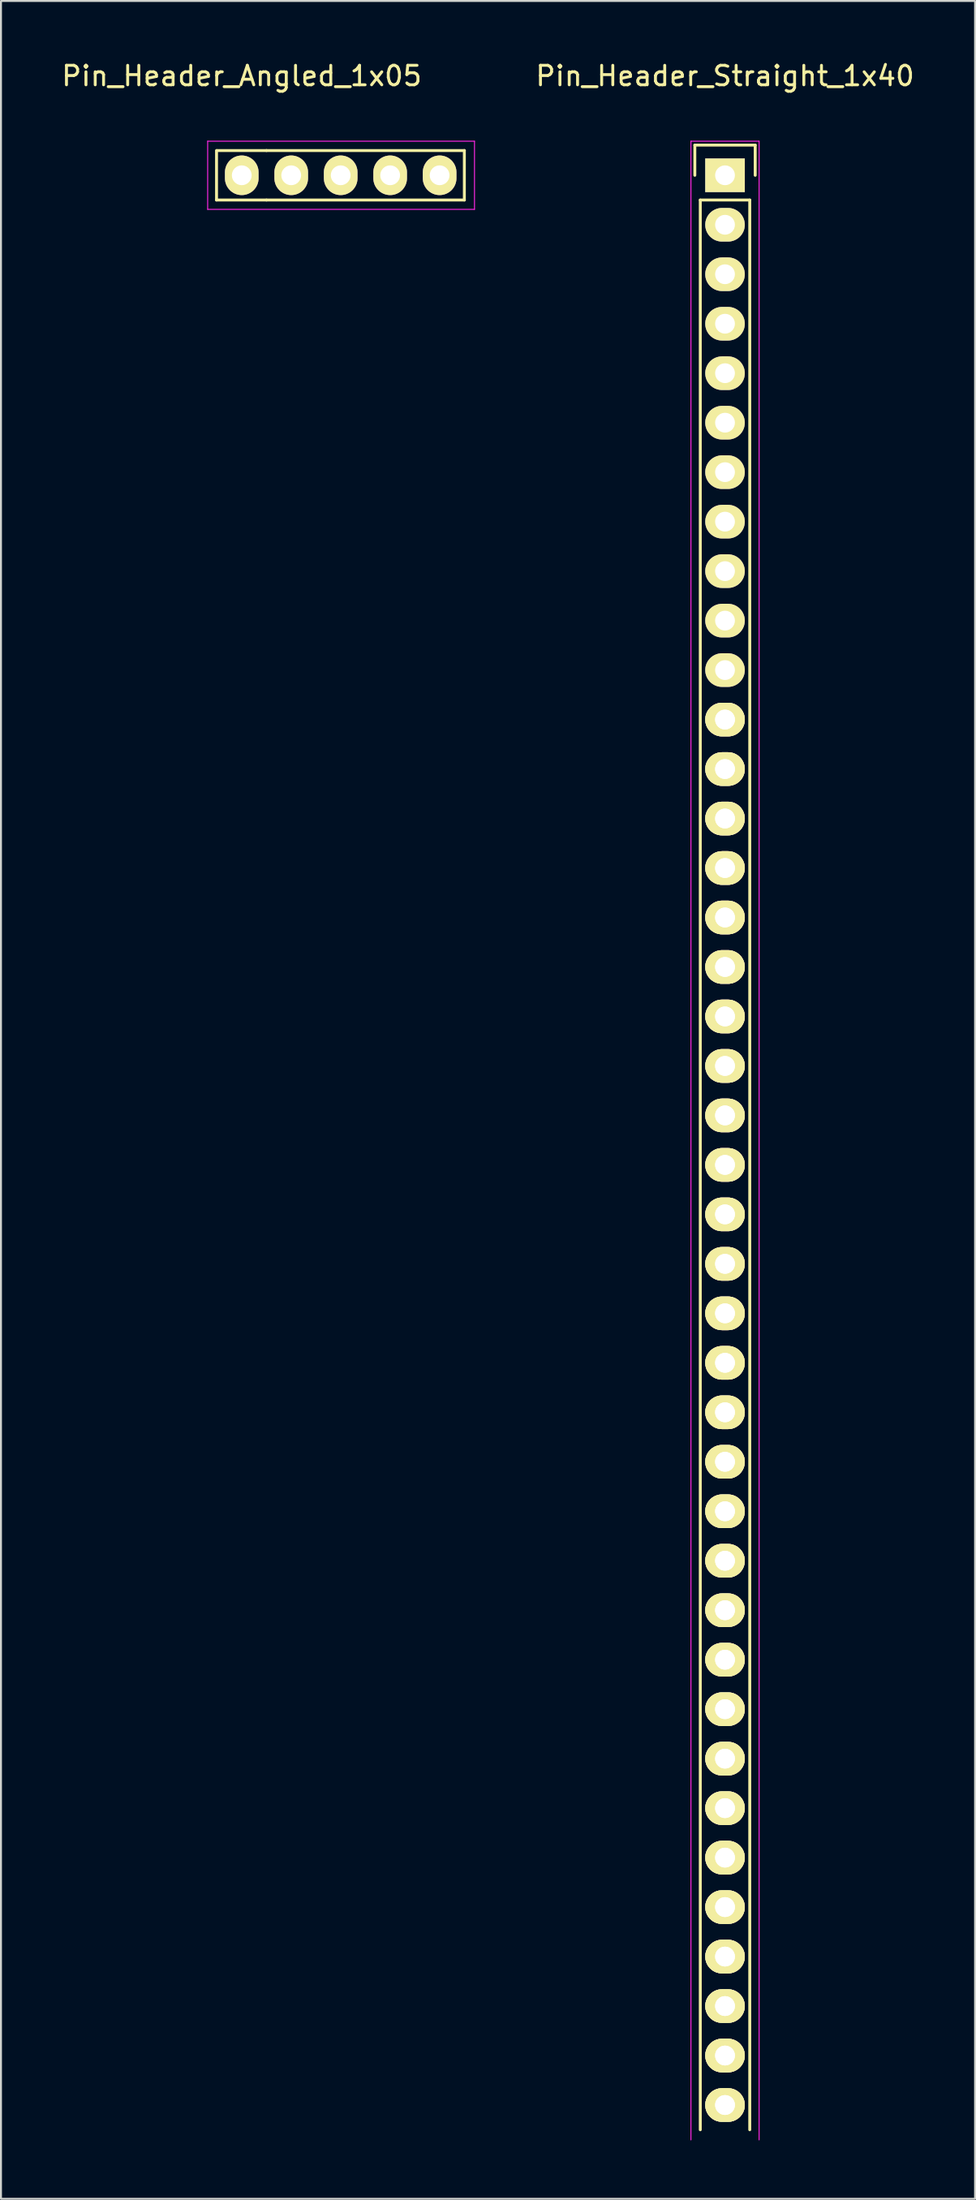
<source format=kicad_pcb>
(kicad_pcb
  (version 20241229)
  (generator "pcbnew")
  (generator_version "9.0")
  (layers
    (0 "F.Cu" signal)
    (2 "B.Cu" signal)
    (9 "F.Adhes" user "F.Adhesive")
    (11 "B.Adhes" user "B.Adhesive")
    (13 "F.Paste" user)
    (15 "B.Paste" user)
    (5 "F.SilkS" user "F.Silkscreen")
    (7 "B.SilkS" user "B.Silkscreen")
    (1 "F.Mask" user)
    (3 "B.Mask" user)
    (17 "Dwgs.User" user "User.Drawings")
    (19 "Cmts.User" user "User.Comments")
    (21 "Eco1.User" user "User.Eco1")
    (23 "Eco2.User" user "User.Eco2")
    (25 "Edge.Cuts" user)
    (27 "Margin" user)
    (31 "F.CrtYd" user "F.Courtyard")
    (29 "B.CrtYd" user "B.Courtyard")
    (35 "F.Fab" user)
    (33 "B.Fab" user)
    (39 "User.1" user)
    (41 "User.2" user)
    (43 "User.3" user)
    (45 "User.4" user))
  (footprint "Pin_Header_Angled_1x05"
    (layer "F.Cu")
    (at 9.363 5.948)
    (property "Reference" "Pin_Header_Angled_1x05" (at 0 -5.1 0) (layer "F.SilkS") (effects (font (size 1 1) (thickness 0.15))))
    (attr through_hole)
    (fp_line (start -1.295 1.27) (end -1.295 -1.27) (stroke (width 0.15) (type solid)) (layer "F.SilkS"))
    (fp_line (start 1.27 -1.27) (end -1.27 -1.27) (stroke (width 0.15) (type solid)) (layer "F.SilkS"))
    (fp_line (start 1.27 1.27) (end -1.295 1.27) (stroke (width 0.15) (type solid)) (layer "F.SilkS"))
    (fp_line (start 1.27 1.27) (end 11.43 1.27) (stroke (width 0.15) (type solid)) (layer "F.SilkS"))
    (fp_line (start 11.43 -1.27) (end 1.27 -1.27) (stroke (width 0.15) (type solid)) (layer "F.SilkS"))
    (fp_line (start 11.43 1.27) (end 11.43 -1.27) (stroke (width 0.15) (type solid)) (layer "F.SilkS"))
    (fp_line (start -1.75 -1.75) (end -1.75 1.75) (stroke (width 0.05) (type solid)) (layer "F.CrtYd"))
    (fp_line (start -1.75 -1.75) (end 11.95 -1.75) (stroke (width 0.05) (type solid)) (layer "F.CrtYd"))
    (fp_line (start -1.75 1.75) (end 11.95 1.75) (stroke (width 0.05) (type solid)) (layer "F.CrtYd"))
    (fp_line (start 11.95 -1.75) (end 11.95 1.75) (stroke (width 0.05) (type solid)) (layer "F.CrtYd"))
    (pad "1" thru_hole oval (at 0 0) (size 1.727 2.032) (drill 1.016) (layers "*.Cu" "*.Mask" "F.SilkS"))
    (pad "2" thru_hole oval (at 2.54 0) (size 1.727 2.032) (drill 1.016) (layers "*.Cu" "*.Mask" "F.SilkS"))
    (pad "3" thru_hole oval (at 5.08 0) (size 1.727 2.032) (drill 1.016) (layers "*.Cu" "*.Mask" "F.SilkS"))
    (pad "4" thru_hole oval (at 7.62 0) (size 1.727 2.032) (drill 1.016) (layers "*.Cu" "*.Mask" "F.SilkS"))
    (pad "5" thru_hole oval (at 10.16 0) (size 1.727 2.032) (drill 1.016) (layers "*.Cu" "*.Mask" "F.SilkS")))
  (footprint "Pin_Header_Straight_1x40"
    (layer "F.Cu")
    (at 34.177 5.948)
    (property "Reference" "Pin_Header_Straight_1x40" (at 0 -5.1 0) (layer "F.SilkS") (effects (font (size 1 1) (thickness 0.15))))
    (attr through_hole)
    (fp_line (start -1.55 -1.55) (end 1.55 -1.55) (stroke (width 0.15) (type solid)) (layer "F.SilkS"))
    (fp_line (start -1.55 0) (end -1.55 -1.55) (stroke (width 0.15) (type solid)) (layer "F.SilkS"))
    (fp_line (start -1.27 1.27) (end -1.27 100.33) (stroke (width 0.15) (type solid)) (layer "F.SilkS"))
    (fp_line (start 1.27 1.27) (end -1.27 1.27) (stroke (width 0.15) (type solid)) (layer "F.SilkS"))
    (fp_line (start 1.27 100.33) (end 1.27 1.27) (stroke (width 0.15) (type solid)) (layer "F.SilkS"))
    (fp_line (start 1.55 -1.55) (end 1.55 0) (stroke (width 0.15) (type solid)) (layer "F.SilkS"))
    (fp_line (start -1.75 -1.75) (end -1.75 100.85) (stroke (width 0.05) (type solid)) (layer "F.CrtYd"))
    (fp_line (start -1.75 -1.75) (end 1.75 -1.75) (stroke (width 0.05) (type solid)) (layer "F.CrtYd"))
    (fp_line (start 1.75 -1.75) (end 1.75 100.85) (stroke (width 0.05) (type solid)) (layer "F.CrtYd"))
    (pad "1" thru_hole rect (at 0 0) (size 2.032 1.727) (drill 1.016) (layers "*.Cu" "*.Mask" "F.SilkS"))
    (pad "2" thru_hole oval (at 0 2.54) (size 2.032 1.727) (drill 1.016) (layers "*.Cu" "*.Mask" "F.SilkS"))
    (pad "3" thru_hole oval (at 0 5.08) (size 2.032 1.727) (drill 1.016) (layers "*.Cu" "*.Mask" "F.SilkS"))
    (pad "4" thru_hole oval (at 0 7.62) (size 2.032 1.727) (drill 1.016) (layers "*.Cu" "*.Mask" "F.SilkS"))
    (pad "5" thru_hole oval (at 0 10.16) (size 2.032 1.727) (drill 1.016) (layers "*.Cu" "*.Mask" "F.SilkS"))
    (pad "6" thru_hole oval (at 0 12.7) (size 2.032 1.727) (drill 1.016) (layers "*.Cu" "*.Mask" "F.SilkS"))
    (pad "7" thru_hole oval (at 0 15.24) (size 2.032 1.727) (drill 1.016) (layers "*.Cu" "*.Mask" "F.SilkS"))
    (pad "8" thru_hole oval (at 0 17.78) (size 2.032 1.727) (drill 1.016) (layers "*.Cu" "*.Mask" "F.SilkS"))
    (pad "9" thru_hole oval (at 0 20.32) (size 2.032 1.727) (drill 1.016) (layers "*.Cu" "*.Mask" "F.SilkS"))
    (pad "10" thru_hole oval (at 0 22.86) (size 2.032 1.727) (drill 1.016) (layers "*.Cu" "*.Mask" "F.SilkS"))
    (pad "11" thru_hole oval (at 0 25.4) (size 2.032 1.727) (drill 1.016) (layers "*.Cu" "*.Mask" "F.SilkS"))
    (pad "12" thru_hole oval (at 0 27.94) (size 2.032 1.727) (drill 1.016) (layers "*.Cu" "*.Mask" "F.SilkS"))
    (pad "12" thru_hole oval (at 0 27.94) (size 2.032 1.727) (drill 1.016) (layers "*.Cu" "*.Mask" "F.SilkS"))
    (pad "13" thru_hole oval (at 0 30.48) (size 2.032 1.727) (drill 1.016) (layers "*.Cu" "*.Mask" "F.SilkS"))
    (pad "13" thru_hole oval (at 0 30.48) (size 2.032 1.727) (drill 1.016) (layers "*.Cu" "*.Mask" "F.SilkS"))
    (pad "14" thru_hole oval (at 0 33.02) (size 2.032 1.727) (drill 1.016) (layers "*.Cu" "*.Mask" "F.SilkS"))
    (pad "14" thru_hole oval (at 0 33.02) (size 2.032 1.727) (drill 1.016) (layers "*.Cu" "*.Mask" "F.SilkS"))
    (pad "15" thru_hole oval (at 0 35.56) (size 2.032 1.727) (drill 1.016) (layers "*.Cu" "*.Mask" "F.SilkS"))
    (pad "15" thru_hole oval (at 0 35.56) (size 2.032 1.727) (drill 1.016) (layers "*.Cu" "*.Mask" "F.SilkS"))
    (pad "16" thru_hole oval (at 0 38.1) (size 2.032 1.727) (drill 1.016) (layers "*.Cu" "*.Mask" "F.SilkS"))
    (pad "16" thru_hole oval (at 0 38.1) (size 2.032 1.727) (drill 1.016) (layers "*.Cu" "*.Mask" "F.SilkS"))
    (pad "17" thru_hole oval (at 0 40.64) (size 2.032 1.727) (drill 1.016) (layers "*.Cu" "*.Mask" "F.SilkS"))
    (pad "17" thru_hole oval (at 0 40.64) (size 2.032 1.727) (drill 1.016) (layers "*.Cu" "*.Mask" "F.SilkS"))
    (pad "18" thru_hole oval (at 0 43.18) (size 2.032 1.727) (drill 1.016) (layers "*.Cu" "*.Mask" "F.SilkS"))
    (pad "18" thru_hole oval (at 0 43.18) (size 2.032 1.727) (drill 1.016) (layers "*.Cu" "*.Mask" "F.SilkS"))
    (pad "19" thru_hole oval (at 0 45.72) (size 2.032 1.727) (drill 1.016) (layers "*.Cu" "*.Mask" "F.SilkS"))
    (pad "19" thru_hole oval (at 0 45.72) (size 2.032 1.727) (drill 1.016) (layers "*.Cu" "*.Mask" "F.SilkS"))
    (pad "20" thru_hole oval (at 0 48.26) (size 2.032 1.727) (drill 1.016) (layers "*.Cu" "*.Mask" "F.SilkS"))
    (pad "20" thru_hole oval (at 0 48.26) (size 2.032 1.727) (drill 1.016) (layers "*.Cu" "*.Mask" "F.SilkS"))
    (pad "21" thru_hole oval (at 0 50.8) (size 2.032 1.727) (drill 1.016) (layers "*.Cu" "*.Mask" "F.SilkS"))
    (pad "21" thru_hole oval (at 0 50.8) (size 2.032 1.727) (drill 1.016) (layers "*.Cu" "*.Mask" "F.SilkS"))
    (pad "22" thru_hole oval (at 0 53.34) (size 2.032 1.727) (drill 1.016) (layers "*.Cu" "*.Mask" "F.SilkS"))
    (pad "22" thru_hole oval (at 0 53.34) (size 2.032 1.727) (drill 1.016) (layers "*.Cu" "*.Mask" "F.SilkS"))
    (pad "23" thru_hole oval (at 0 55.88) (size 2.032 1.727) (drill 1.016) (layers "*.Cu" "*.Mask" "F.SilkS"))
    (pad "23" thru_hole oval (at 0 55.88) (size 2.032 1.727) (drill 1.016) (layers "*.Cu" "*.Mask" "F.SilkS"))
    (pad "24" thru_hole oval (at 0 58.42) (size 2.032 1.727) (drill 1.016) (layers "*.Cu" "*.Mask" "F.SilkS"))
    (pad "24" thru_hole oval (at 0 58.42) (size 2.032 1.727) (drill 1.016) (layers "*.Cu" "*.Mask" "F.SilkS"))
    (pad "25" thru_hole oval (at 0 60.96) (size 2.032 1.727) (drill 1.016) (layers "*.Cu" "*.Mask" "F.SilkS"))
    (pad "25" thru_hole oval (at 0 60.96) (size 2.032 1.727) (drill 1.016) (layers "*.Cu" "*.Mask" "F.SilkS"))
    (pad "26" thru_hole oval (at 0 63.5) (size 2.032 1.727) (drill 1.016) (layers "*.Cu" "*.Mask" "F.SilkS"))
    (pad "26" thru_hole oval (at 0 63.5) (size 2.032 1.727) (drill 1.016) (layers "*.Cu" "*.Mask" "F.SilkS"))
    (pad "27" thru_hole oval (at 0 66.04) (size 2.032 1.727) (drill 1.016) (layers "*.Cu" "*.Mask" "F.SilkS"))
    (pad "27" thru_hole oval (at 0 66.04) (size 2.032 1.727) (drill 1.016) (layers "*.Cu" "*.Mask" "F.SilkS"))
    (pad "28" thru_hole oval (at 0 68.58) (size 2.032 1.727) (drill 1.016) (layers "*.Cu" "*.Mask" "F.SilkS"))
    (pad "28" thru_hole oval (at 0 68.58) (size 2.032 1.727) (drill 1.016) (layers "*.Cu" "*.Mask" "F.SilkS"))
    (pad "29" thru_hole oval (at 0 71.12) (size 2.032 1.727) (drill 1.016) (layers "*.Cu" "*.Mask" "F.SilkS"))
    (pad "29" thru_hole oval (at 0 71.12) (size 2.032 1.727) (drill 1.016) (layers "*.Cu" "*.Mask" "F.SilkS"))
    (pad "30" thru_hole oval (at 0 73.66) (size 2.032 1.727) (drill 1.016) (layers "*.Cu" "*.Mask" "F.SilkS"))
    (pad "30" thru_hole oval (at 0 73.66) (size 2.032 1.727) (drill 1.016) (layers "*.Cu" "*.Mask" "F.SilkS"))
    (pad "31" thru_hole oval (at 0 76.2) (size 2.032 1.727) (drill 1.016) (layers "*.Cu" "*.Mask" "F.SilkS"))
    (pad "31" thru_hole oval (at 0 76.2) (size 2.032 1.727) (drill 1.016) (layers "*.Cu" "*.Mask" "F.SilkS"))
    (pad "32" thru_hole oval (at 0 78.74) (size 2.032 1.727) (drill 1.016) (layers "*.Cu" "*.Mask" "F.SilkS"))
    (pad "32" thru_hole oval (at 0 78.74) (size 2.032 1.727) (drill 1.016) (layers "*.Cu" "*.Mask" "F.SilkS"))
    (pad "33" thru_hole oval (at 0 81.28) (size 2.032 1.727) (drill 1.016) (layers "*.Cu" "*.Mask" "F.SilkS"))
    (pad "33" thru_hole oval (at 0 81.28) (size 2.032 1.727) (drill 1.016) (layers "*.Cu" "*.Mask" "F.SilkS"))
    (pad "34" thru_hole oval (at 0 83.82) (size 2.032 1.727) (drill 1.016) (layers "*.Cu" "*.Mask" "F.SilkS"))
    (pad "34" thru_hole oval (at 0 83.82) (size 2.032 1.727) (drill 1.016) (layers "*.Cu" "*.Mask" "F.SilkS"))
    (pad "35" thru_hole oval (at 0 86.36) (size 2.032 1.727) (drill 1.016) (layers "*.Cu" "*.Mask" "F.SilkS"))
    (pad "35" thru_hole oval (at 0 86.36) (size 2.032 1.727) (drill 1.016) (layers "*.Cu" "*.Mask" "F.SilkS"))
    (pad "36" thru_hole oval (at 0 88.9) (size 2.032 1.727) (drill 1.016) (layers "*.Cu" "*.Mask" "F.SilkS"))
    (pad "36" thru_hole oval (at 0 88.9) (size 2.032 1.727) (drill 1.016) (layers "*.Cu" "*.Mask" "F.SilkS"))
    (pad "37" thru_hole oval (at 0 91.44) (size 2.032 1.727) (drill 1.016) (layers "*.Cu" "*.Mask" "F.SilkS"))
    (pad "37" thru_hole oval (at 0 91.44) (size 2.032 1.727) (drill 1.016) (layers "*.Cu" "*.Mask" "F.SilkS"))
    (pad "38" thru_hole oval (at 0 93.98) (size 2.032 1.727) (drill 1.016) (layers "*.Cu" "*.Mask" "F.SilkS"))
    (pad "38" thru_hole oval (at 0 93.98) (size 2.032 1.727) (drill 1.016) (layers "*.Cu" "*.Mask" "F.SilkS"))
    (pad "39" thru_hole oval (at 0 96.52) (size 2.032 1.727) (drill 1.016) (layers "*.Cu" "*.Mask" "F.SilkS"))
    (pad "39" thru_hole oval (at 0 96.52) (size 2.032 1.727) (drill 1.016) (layers "*.Cu" "*.Mask" "F.SilkS"))
    (pad "40" thru_hole oval (at 0 99.06) (size 2.032 1.727) (drill 1.016) (layers "*.Cu" "*.Mask" "F.SilkS"))
    (pad "40" thru_hole oval (at 0 99.06) (size 2.032 1.727) (drill 1.016) (layers "*.Cu" "*.Mask" "F.SilkS")))
  (gr_rect
    (start -3 -3)
    (end 47.017 109.823)
    (stroke (width 0.1) (type default))
    (fill no)
    (layer "Edge.Cuts")))
</source>
